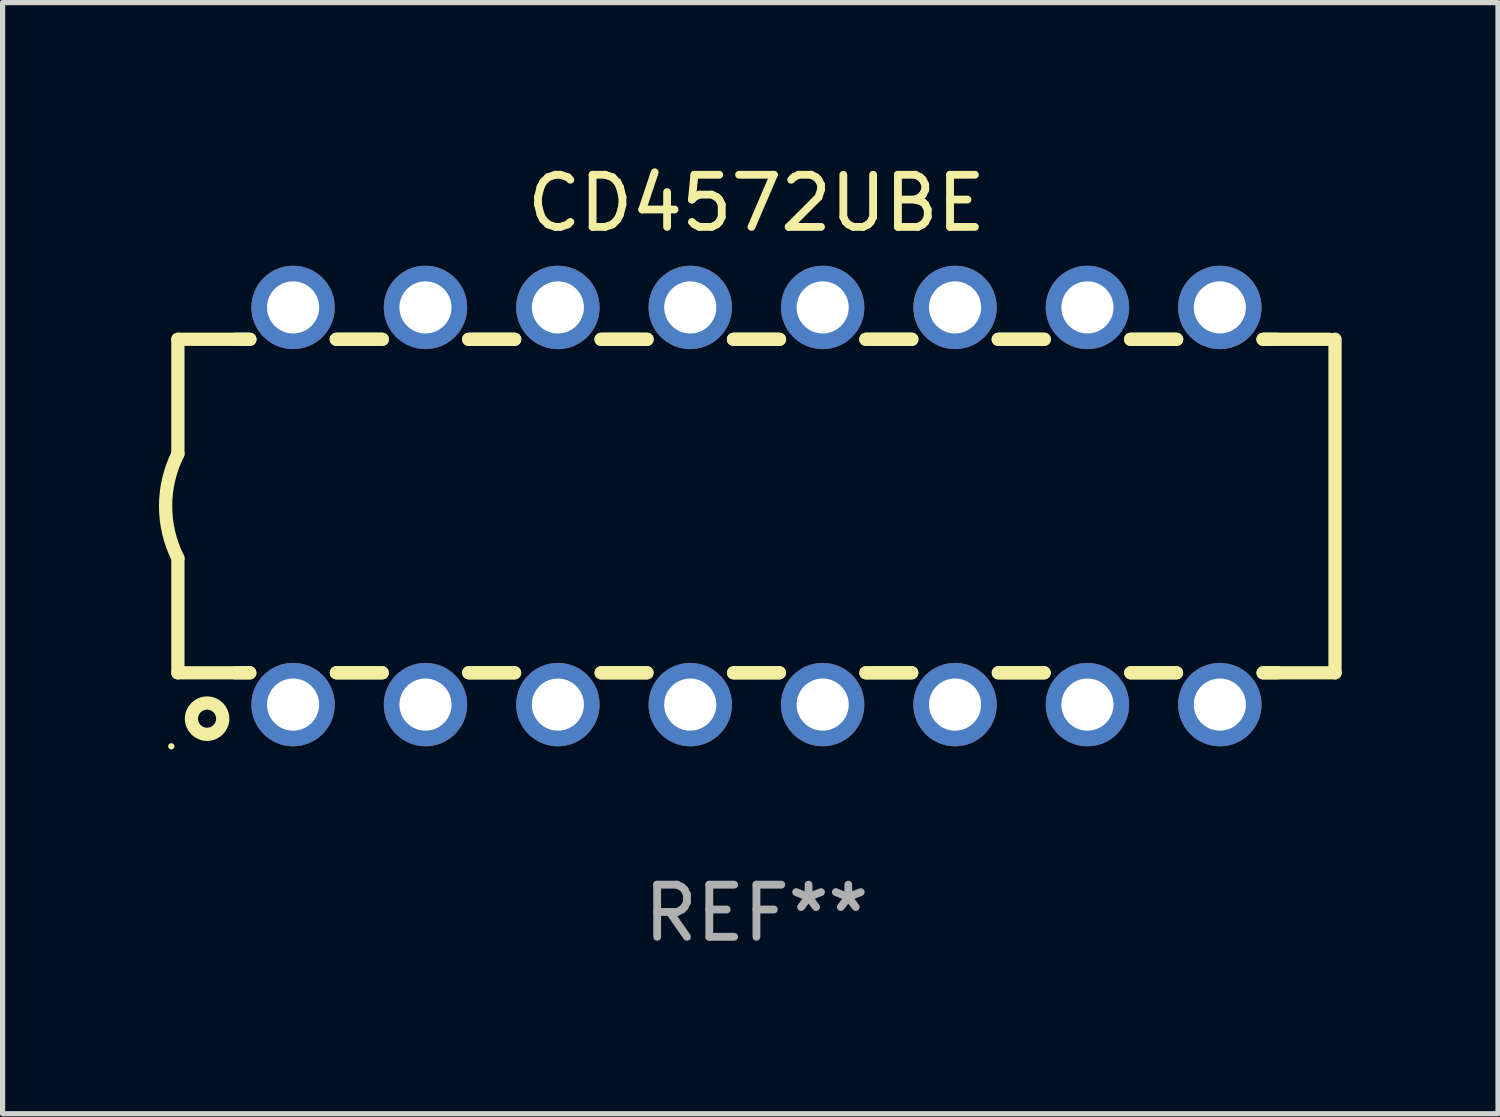
<source format=kicad_pcb>
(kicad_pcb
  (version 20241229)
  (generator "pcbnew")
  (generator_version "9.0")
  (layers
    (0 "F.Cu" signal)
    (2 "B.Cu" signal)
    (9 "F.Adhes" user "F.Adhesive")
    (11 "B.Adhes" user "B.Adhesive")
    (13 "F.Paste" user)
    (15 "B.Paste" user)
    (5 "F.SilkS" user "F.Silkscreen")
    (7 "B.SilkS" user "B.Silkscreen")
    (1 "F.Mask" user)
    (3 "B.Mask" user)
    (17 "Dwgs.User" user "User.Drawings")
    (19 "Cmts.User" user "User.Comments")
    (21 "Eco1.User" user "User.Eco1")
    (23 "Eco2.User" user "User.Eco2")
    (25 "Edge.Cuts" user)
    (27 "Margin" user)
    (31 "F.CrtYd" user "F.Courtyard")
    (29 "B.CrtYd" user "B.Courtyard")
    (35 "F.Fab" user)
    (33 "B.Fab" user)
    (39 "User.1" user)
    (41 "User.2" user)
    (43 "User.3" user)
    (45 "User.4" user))
  (footprint "CD4572UBE"
    (layer "F.Cu")
    (at 11.463 6.658)
    (property "Reference" "CD4572UBE" (at 0 -5.81 0) (layer "F.SilkS") (effects (font (size 1 1) (thickness 0.15))))
    (attr through_hole)
    (fp_line (start -11.1 -3.198) (end -9.719 -3.198) (stroke (width 0.254) (type solid)) (layer "F.SilkS"))
    (fp_line (start -11.1 -0.998) (end -11.1 -3.198) (stroke (width 0.254) (type solid)) (layer "F.SilkS"))
    (fp_line (start -11.1 3.2) (end -11.1 1) (stroke (width 0.254) (type solid)) (layer "F.SilkS"))
    (fp_line (start -11.1 3.2) (end -9.721 3.2) (stroke (width 0.254) (type solid)) (layer "F.SilkS"))
    (fp_line (start -10 -3.198) (end -9.719 -3.198) (stroke (width 0.254) (type solid)) (layer "F.SilkS"))
    (fp_line (start -10 3.2) (end -9.721 3.2) (stroke (width 0.254) (type solid)) (layer "F.SilkS"))
    (fp_line (start -8.061 -3.198) (end -7.179 -3.198) (stroke (width 0.254) (type solid)) (layer "F.SilkS"))
    (fp_line (start -8.061 -3.198) (end -7.179 -3.198) (stroke (width 0.254) (type solid)) (layer "F.SilkS"))
    (fp_line (start -8.059 3.2) (end -7.181 3.2) (stroke (width 0.254) (type solid)) (layer "F.SilkS"))
    (fp_line (start -8.059 3.2) (end -7.181 3.2) (stroke (width 0.254) (type solid)) (layer "F.SilkS"))
    (fp_line (start -5.521 -3.198) (end -4.639 -3.198) (stroke (width 0.254) (type solid)) (layer "F.SilkS"))
    (fp_line (start -5.521 -3.198) (end -4.639 -3.198) (stroke (width 0.254) (type solid)) (layer "F.SilkS"))
    (fp_line (start -5.519 3.2) (end -4.641 3.2) (stroke (width 0.254) (type solid)) (layer "F.SilkS"))
    (fp_line (start -5.519 3.2) (end -4.641 3.2) (stroke (width 0.254) (type solid)) (layer "F.SilkS"))
    (fp_line (start -2.981 -3.198) (end -2.099 -3.198) (stroke (width 0.254) (type solid)) (layer "F.SilkS"))
    (fp_line (start -2.981 -3.198) (end -2.099 -3.198) (stroke (width 0.254) (type solid)) (layer "F.SilkS"))
    (fp_line (start -2.979 3.2) (end -2.101 3.2) (stroke (width 0.254) (type solid)) (layer "F.SilkS"))
    (fp_line (start -2.979 3.2) (end -2.101 3.2) (stroke (width 0.254) (type solid)) (layer "F.SilkS"))
    (fp_line (start -0.441 -3.198) (end 0.441 -3.198) (stroke (width 0.254) (type solid)) (layer "F.SilkS"))
    (fp_line (start -0.441 -3.198) (end 0.441 -3.198) (stroke (width 0.254) (type solid)) (layer "F.SilkS"))
    (fp_line (start -0.439 3.2) (end 0.439 3.2) (stroke (width 0.254) (type solid)) (layer "F.SilkS"))
    (fp_line (start -0.439 3.2) (end 0.439 3.2) (stroke (width 0.254) (type solid)) (layer "F.SilkS"))
    (fp_line (start 2.099 -3.198) (end 2.981 -3.198) (stroke (width 0.254) (type solid)) (layer "F.SilkS"))
    (fp_line (start 2.099 -3.198) (end 2.981 -3.198) (stroke (width 0.254) (type solid)) (layer "F.SilkS"))
    (fp_line (start 2.101 3.2) (end 2.979 3.2) (stroke (width 0.254) (type solid)) (layer "F.SilkS"))
    (fp_line (start 2.101 3.2) (end 2.979 3.2) (stroke (width 0.254) (type solid)) (layer "F.SilkS"))
    (fp_line (start 4.639 -3.198) (end 5.521 -3.198) (stroke (width 0.254) (type solid)) (layer "F.SilkS"))
    (fp_line (start 4.639 -3.198) (end 5.521 -3.198) (stroke (width 0.254) (type solid)) (layer "F.SilkS"))
    (fp_line (start 4.641 3.2) (end 5.519 3.2) (stroke (width 0.254) (type solid)) (layer "F.SilkS"))
    (fp_line (start 4.641 3.2) (end 5.519 3.2) (stroke (width 0.254) (type solid)) (layer "F.SilkS"))
    (fp_line (start 7.179 -3.198) (end 8.061 -3.198) (stroke (width 0.254) (type solid)) (layer "F.SilkS"))
    (fp_line (start 7.179 -3.198) (end 8.061 -3.198) (stroke (width 0.254) (type solid)) (layer "F.SilkS"))
    (fp_line (start 7.181 3.2) (end 8.059 3.2) (stroke (width 0.254) (type solid)) (layer "F.SilkS"))
    (fp_line (start 7.181 3.2) (end 8.059 3.2) (stroke (width 0.254) (type solid)) (layer "F.SilkS"))
    (fp_line (start 9.719 -3.198) (end 10 -3.198) (stroke (width 0.254) (type solid)) (layer "F.SilkS"))
    (fp_line (start 9.719 -3.198) (end 11 -3.198) (stroke (width 0.254) (type solid)) (layer "F.SilkS"))
    (fp_line (start 9.721 3.2) (end 11.1 3.2) (stroke (width 0.254) (type solid)) (layer "F.SilkS"))
    (fp_line (start 9.721 3.2) (end 10 3.2) (stroke (width 0.254) (type solid)) (layer "F.SilkS"))
    (fp_line (start 11.1 3.2) (end 11.1 -3.2) (stroke (width 0.254) (type solid)) (layer "F.SilkS"))
    (fp_arc (start -11.099823 1.000762) (mid -11.335827 0.001303) (end -11.1 -0.998197) (stroke (width 0.254001) (type solid)) (layer "F.SilkS"))
    (fp_circle (center -11.227 4.61) (end -11.197 4.61) (stroke (width 0.06) (type solid)) (fill no) (layer "F.SilkS"))
    (fp_circle (center -10.54 4.08) (end -10.24 4.08) (stroke (width 0.254) (type solid)) (fill no) (layer "F.SilkS"))
    (fp_text user "REF**" (at 0 7.81 0) (layer "F.Fab") (effects (font (size 1 1) (thickness 0.15))))
    (pad "1" thru_hole circle (at -8.89 3.81) (size 1.6 1.6) (drill 1) (layers "*.Cu" "*.Mask"))
    (pad "2" thru_hole circle (at -6.35 3.81) (size 1.6 1.6) (drill 1) (layers "*.Cu" "*.Mask"))
    (pad "3" thru_hole circle (at -3.81 3.81) (size 1.6 1.6) (drill 1) (layers "*.Cu" "*.Mask"))
    (pad "4" thru_hole circle (at -1.27 3.81) (size 1.6 1.6) (drill 1) (layers "*.Cu" "*.Mask"))
    (pad "5" thru_hole circle (at 1.27 3.81) (size 1.6 1.6) (drill 1) (layers "*.Cu" "*.Mask"))
    (pad "6" thru_hole circle (at 3.81 3.81) (size 1.6 1.6) (drill 1) (layers "*.Cu" "*.Mask"))
    (pad "7" thru_hole circle (at 6.35 3.81) (size 1.6 1.6) (drill 1) (layers "*.Cu" "*.Mask"))
    (pad "8" thru_hole circle (at 8.89 3.81) (size 1.6 1.6) (drill 1) (layers "*.Cu" "*.Mask"))
    (pad "9" thru_hole circle (at 8.89 -3.81) (size 1.6 1.6) (drill 1) (layers "*.Cu" "*.Mask"))
    (pad "10" thru_hole circle (at 6.35 -3.81) (size 1.6 1.6) (drill 1) (layers "*.Cu" "*.Mask"))
    (pad "11" thru_hole circle (at 3.81 -3.81) (size 1.6 1.6) (drill 1) (layers "*.Cu" "*.Mask"))
    (pad "12" thru_hole circle (at 1.27 -3.81) (size 1.6 1.6) (drill 1) (layers "*.Cu" "*.Mask"))
    (pad "13" thru_hole circle (at -1.27 -3.81) (size 1.6 1.6) (drill 1) (layers "*.Cu" "*.Mask"))
    (pad "14" thru_hole circle (at -3.81 -3.81) (size 1.6 1.6) (drill 1) (layers "*.Cu" "*.Mask"))
    (pad "15" thru_hole circle (at -6.35 -3.81) (size 1.6 1.6) (drill 1) (layers "*.Cu" "*.Mask"))
    (pad "16" thru_hole circle (at -8.89 -3.81) (size 1.6 1.6) (drill 1) (layers "*.Cu" "*.Mask")))
  (gr_rect
    (start -3 -3)
    (end 25.69 18.317)
    (stroke (width 0.1) (type default))
    (fill no)
    (layer "Edge.Cuts")))
</source>
